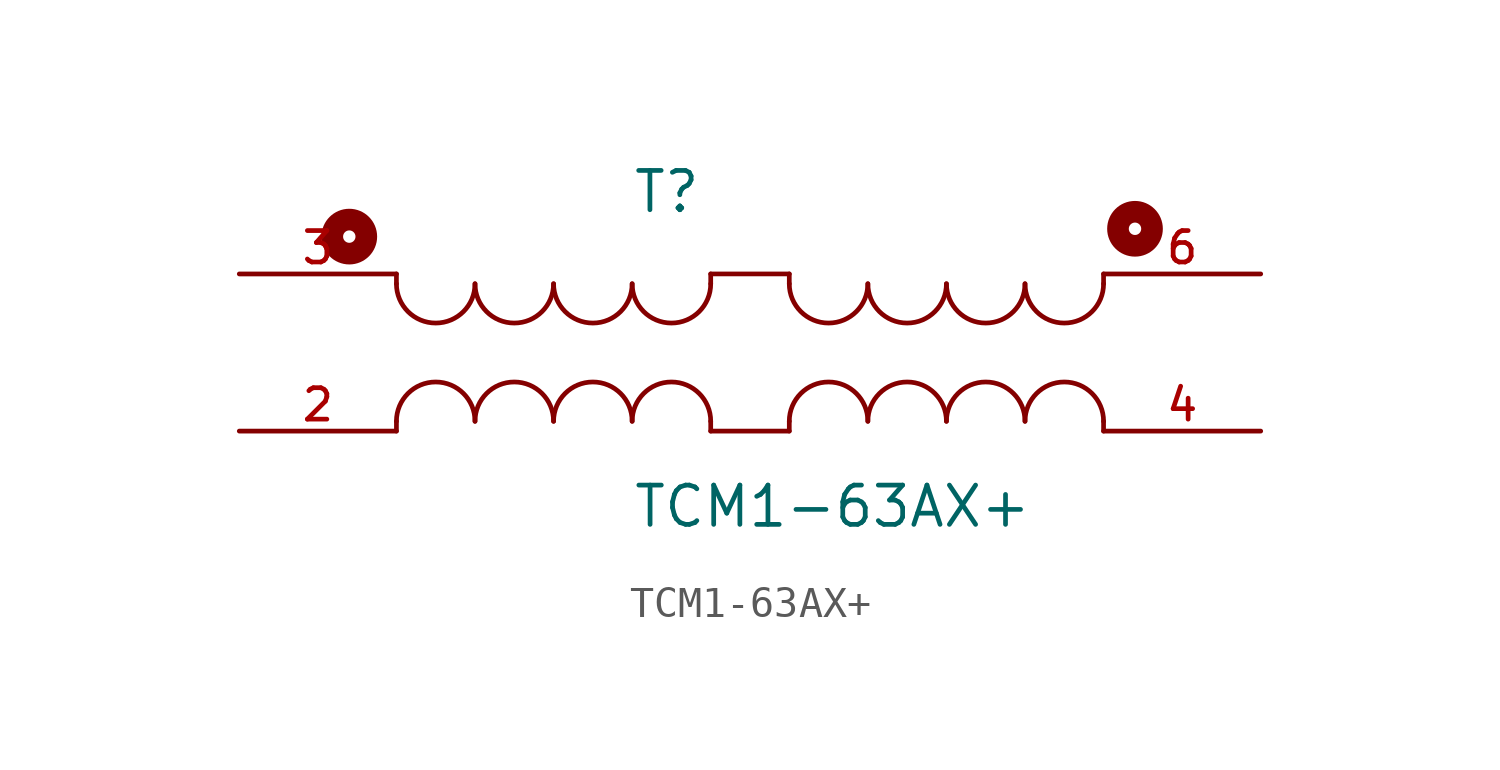
<source format=kicad_sym>
(kicad_symbol_lib
  (version 20211014)
  (generator kicad_symbol_editor)
  (symbol "TCM1-63AX+"
    (pin_names
      (offset 1.016))
    (property "Reference" "T"
      (at -5.089 4.453 0)
      (effects (font (size 1.27 1.27)) (justify bottom left)))
    (property "Value" "TCM1-63AX+"
      (at -5.084 -5.719 0)
      (effects (font (size 1.27 1.27)) (justify bottom left)))
    (symbol "TCM1-63AX+_0_0"
      (arc (start -5.08 2.2225) (mid -3.81 0.9525) (end -2.54 2.2225) (stroke (width 0.1524) (type default) (color 0 0 0 0)) (fill (type none)))
      (arc (start -7.62 2.2225) (mid -6.35 0.9525) (end -5.08 2.2225) (stroke (width 0.1524) (type default) (color 0 0 0 0)) (fill (type none)))
      (arc (start -10.16 2.2225) (mid -8.89 0.9525) (end -7.62 2.2225) (stroke (width 0.1524) (type default) (color 0 0 0 0)) (fill (type none)))
      (arc (start -12.7 2.2225) (mid -11.43 0.9525) (end -10.16 2.2225) (stroke (width 0.1524) (type default) (color 0 0 0 0)) (fill (type none)))
      (circle (center -14.224 3.747) (radius 0.2) (stroke (width 0.7)) (fill (type none)))
      (polyline (pts (xy -12.7 2.54) (xy -12.7 2.223)) (stroke (width 0.152)))
      (polyline (pts (xy -2.54 2.54) (xy -2.54 2.223)) (stroke (width 0.152)))
      (arc (start 7.62 2.2225) (mid 8.89 0.9525) (end 10.16 2.2225) (stroke (width 0.1524) (type default) (color 0 0 0 0)) (fill (type none)))
      (arc (start 5.08 2.2225) (mid 6.35 0.9525) (end 7.62 2.2225) (stroke (width 0.1524) (type default) (color 0 0 0 0)) (fill (type none)))
      (arc (start 2.54 2.2225) (mid 3.81 0.9525) (end 5.08 2.2225) (stroke (width 0.1524) (type default) (color 0 0 0 0)) (fill (type none)))
      (arc (start 0.0 2.2225) (mid 1.27 0.9525) (end 2.54 2.2225) (stroke (width 0.1524) (type default) (color 0 0 0 0)) (fill (type none)))
      (circle (center 11.176 4) (radius 0.2) (stroke (width 0.7)) (fill (type none)))
      (polyline (pts (xy 0.0 2.54) (xy 0.0 2.223)) (stroke (width 0.152)))
      (polyline (pts (xy 10.16 2.54) (xy 10.16 2.223)) (stroke (width 0.152)))
      (arc (start -10.16 -2.2225) (mid -11.43 -0.9525) (end -12.7 -2.2225) (stroke (width 0.1524) (type default) (color 0 0 0 0)) (fill (type none)))
      (arc (start -7.62 -2.2225) (mid -8.89 -0.9525) (end -10.16 -2.2225) (stroke (width 0.1524) (type default) (color 0 0 0 0)) (fill (type none)))
      (arc (start -5.08 -2.2225) (mid -6.35 -0.9525) (end -7.62 -2.2225) (stroke (width 0.1524) (type default) (color 0 0 0 0)) (fill (type none)))
      (arc (start -2.54 -2.2225) (mid -3.81 -0.9525) (end -5.08 -2.2225) (stroke (width 0.1524) (type default) (color 0 0 0 0)) (fill (type none)))
      (polyline (pts (xy -2.54 -2.54) (xy -2.54 -2.223)) (stroke (width 0.152)))
      (polyline (pts (xy -12.7 -2.54) (xy -12.7 -2.223)) (stroke (width 0.152)))
      (arc (start 2.54 -2.2225) (mid 1.27 -0.9525) (end 0.0 -2.2225) (stroke (width 0.1524) (type default) (color 0 0 0 0)) (fill (type none)))
      (arc (start 5.08 -2.2225) (mid 3.81 -0.9525) (end 2.54 -2.2225) (stroke (width 0.1524) (type default) (color 0 0 0 0)) (fill (type none)))
      (arc (start 7.62 -2.2225) (mid 6.35 -0.9525) (end 5.08 -2.2225) (stroke (width 0.1524) (type default) (color 0 0 0 0)) (fill (type none)))
      (arc (start 10.16 -2.2225) (mid 8.89 -0.9525) (end 7.62 -2.2225) (stroke (width 0.1524) (type default) (color 0 0 0 0)) (fill (type none)))
      (polyline (pts (xy 10.16 -2.54) (xy 10.16 -2.223)) (stroke (width 0.152)))
      (polyline (pts (xy 0.0 -2.54) (xy 0.0 -2.223)) (stroke (width 0.152)))
      (polyline (pts (xy -2.54 2.54) (xy 0.0 2.54)) (stroke (width 0.152)))
      (polyline (pts (xy -2.54 -2.54) (xy 0.0 -2.54)) (stroke (width 0.152)))
      (pin passive line (at -17.78 2.54 0) (length 5.08) (name "~" (effects (font (size 1.016 1.016)))) (number "3" (effects (font (size 1.016 1.016)))))
      (pin passive line (at -17.78 -2.54 0) (length 5.08) (name "~" (effects (font (size 1.016 1.016)))) (number "2" (effects (font (size 1.016 1.016)))))
      (pin passive line (at 15.24 2.54 180.0) (length 5.08) (name "~" (effects (font (size 1.016 1.016)))) (number "6" (effects (font (size 1.016 1.016)))))
      (pin passive line (at 15.24 -2.54 180.0) (length 5.08) (name "~" (effects (font (size 1.016 1.016)))) (number "4" (effects (font (size 1.016 1.016))))))))
</source>
